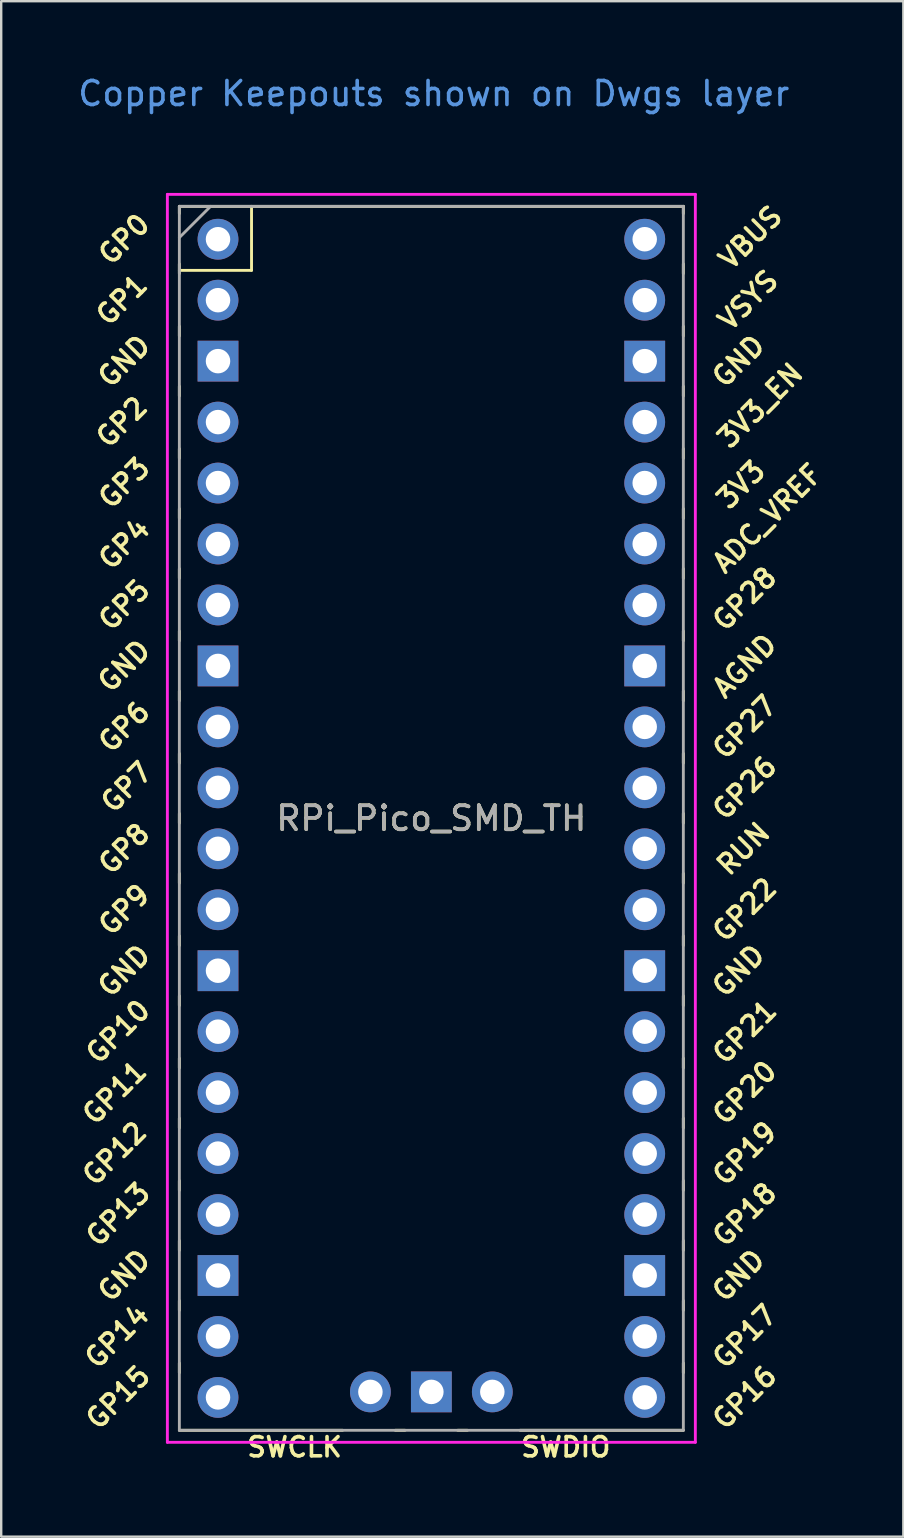
<source format=kicad_pcb>
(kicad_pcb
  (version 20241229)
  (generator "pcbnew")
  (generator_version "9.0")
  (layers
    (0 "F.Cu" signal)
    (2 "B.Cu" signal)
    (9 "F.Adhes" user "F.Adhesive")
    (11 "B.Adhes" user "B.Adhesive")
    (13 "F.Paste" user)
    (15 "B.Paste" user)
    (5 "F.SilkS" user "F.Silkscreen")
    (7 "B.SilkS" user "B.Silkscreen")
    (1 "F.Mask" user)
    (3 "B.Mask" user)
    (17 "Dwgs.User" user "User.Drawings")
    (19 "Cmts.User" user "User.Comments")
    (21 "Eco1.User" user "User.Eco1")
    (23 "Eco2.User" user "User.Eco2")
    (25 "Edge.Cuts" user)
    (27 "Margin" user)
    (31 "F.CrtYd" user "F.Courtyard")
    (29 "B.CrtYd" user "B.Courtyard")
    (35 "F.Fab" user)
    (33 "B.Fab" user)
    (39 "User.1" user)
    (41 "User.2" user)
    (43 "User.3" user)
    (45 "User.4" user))
  (footprint "RPi_Pico_SMD_TH"
    (layer "F.Cu")
    (at 14.924 31.048)
    (property "Reference" "RPi_Pico_SMD_TH" (at 0 0 0) (layer "F.SilkS") (effects (font (size 1 1) (thickness 0.15))))
    (attr through_hole)
    (fp_line (start -10.5 -25.5) (end -10.5 -25.2) (stroke (width 0.12) (type solid)) (layer "F.SilkS"))
    (fp_line (start -10.5 -25.5) (end 10.5 -25.5) (stroke (width 0.12) (type solid)) (layer "F.SilkS"))
    (fp_line (start -10.5 -23.1) (end -10.5 -22.7) (stroke (width 0.12) (type solid)) (layer "F.SilkS"))
    (fp_line (start -10.5 -22.833) (end -7.493 -22.833) (stroke (width 0.12) (type solid)) (layer "F.SilkS"))
    (fp_line (start -10.5 -20.5) (end -10.5 -20.1) (stroke (width 0.12) (type solid)) (layer "F.SilkS"))
    (fp_line (start -10.5 -18) (end -10.5 -17.6) (stroke (width 0.12) (type solid)) (layer "F.SilkS"))
    (fp_line (start -10.5 -15.4) (end -10.5 -15) (stroke (width 0.12) (type solid)) (layer "F.SilkS"))
    (fp_line (start -10.5 -12.9) (end -10.5 -12.5) (stroke (width 0.12) (type solid)) (layer "F.SilkS"))
    (fp_line (start -10.5 -10.4) (end -10.5 -10) (stroke (width 0.12) (type solid)) (layer "F.SilkS"))
    (fp_line (start -10.5 -7.8) (end -10.5 -7.4) (stroke (width 0.12) (type solid)) (layer "F.SilkS"))
    (fp_line (start -10.5 -5.3) (end -10.5 -4.9) (stroke (width 0.12) (type solid)) (layer "F.SilkS"))
    (fp_line (start -10.5 -2.7) (end -10.5 -2.3) (stroke (width 0.12) (type solid)) (layer "F.SilkS"))
    (fp_line (start -10.5 -0.2) (end -10.5 0.2) (stroke (width 0.12) (type solid)) (layer "F.SilkS"))
    (fp_line (start -10.5 2.3) (end -10.5 2.7) (stroke (width 0.12) (type solid)) (layer "F.SilkS"))
    (fp_line (start -10.5 4.9) (end -10.5 5.3) (stroke (width 0.12) (type solid)) (layer "F.SilkS"))
    (fp_line (start -10.5 7.4) (end -10.5 7.8) (stroke (width 0.12) (type solid)) (layer "F.SilkS"))
    (fp_line (start -10.5 10) (end -10.5 10.4) (stroke (width 0.12) (type solid)) (layer "F.SilkS"))
    (fp_line (start -10.5 12.5) (end -10.5 12.9) (stroke (width 0.12) (type solid)) (layer "F.SilkS"))
    (fp_line (start -10.5 15.1) (end -10.5 15.5) (stroke (width 0.12) (type solid)) (layer "F.SilkS"))
    (fp_line (start -10.5 17.6) (end -10.5 18) (stroke (width 0.12) (type solid)) (layer "F.SilkS"))
    (fp_line (start -10.5 20.1) (end -10.5 20.5) (stroke (width 0.12) (type solid)) (layer "F.SilkS"))
    (fp_line (start -10.5 22.7) (end -10.5 23.1) (stroke (width 0.12) (type solid)) (layer "F.SilkS"))
    (fp_line (start -7.493 -22.833) (end -7.493 -25.5) (stroke (width 0.12) (type solid)) (layer "F.SilkS"))
    (fp_line (start -3.7 25.5) (end -10.5 25.5) (stroke (width 0.12) (type solid)) (layer "F.SilkS"))
    (fp_line (start -1.5 25.5) (end -1.1 25.5) (stroke (width 0.12) (type solid)) (layer "F.SilkS"))
    (fp_line (start 1.1 25.5) (end 1.5 25.5) (stroke (width 0.12) (type solid)) (layer "F.SilkS"))
    (fp_line (start 10.5 -25.5) (end 10.5 -25.2) (stroke (width 0.12) (type solid)) (layer "F.SilkS"))
    (fp_line (start 10.5 -23.1) (end 10.5 -22.7) (stroke (width 0.12) (type solid)) (layer "F.SilkS"))
    (fp_line (start 10.5 -20.5) (end 10.5 -20.1) (stroke (width 0.12) (type solid)) (layer "F.SilkS"))
    (fp_line (start 10.5 -18) (end 10.5 -17.6) (stroke (width 0.12) (type solid)) (layer "F.SilkS"))
    (fp_line (start 10.5 -15.4) (end 10.5 -15) (stroke (width 0.12) (type solid)) (layer "F.SilkS"))
    (fp_line (start 10.5 -12.9) (end 10.5 -12.5) (stroke (width 0.12) (type solid)) (layer "F.SilkS"))
    (fp_line (start 10.5 -10.4) (end 10.5 -10) (stroke (width 0.12) (type solid)) (layer "F.SilkS"))
    (fp_line (start 10.5 -7.8) (end 10.5 -7.4) (stroke (width 0.12) (type solid)) (layer "F.SilkS"))
    (fp_line (start 10.5 -5.3) (end 10.5 -4.9) (stroke (width 0.12) (type solid)) (layer "F.SilkS"))
    (fp_line (start 10.5 -2.7) (end 10.5 -2.3) (stroke (width 0.12) (type solid)) (layer "F.SilkS"))
    (fp_line (start 10.5 -0.2) (end 10.5 0.2) (stroke (width 0.12) (type solid)) (layer "F.SilkS"))
    (fp_line (start 10.5 2.3) (end 10.5 2.7) (stroke (width 0.12) (type solid)) (layer "F.SilkS"))
    (fp_line (start 10.5 4.9) (end 10.5 5.3) (stroke (width 0.12) (type solid)) (layer "F.SilkS"))
    (fp_line (start 10.5 7.4) (end 10.5 7.8) (stroke (width 0.12) (type solid)) (layer "F.SilkS"))
    (fp_line (start 10.5 10) (end 10.5 10.4) (stroke (width 0.12) (type solid)) (layer "F.SilkS"))
    (fp_line (start 10.5 12.5) (end 10.5 12.9) (stroke (width 0.12) (type solid)) (layer "F.SilkS"))
    (fp_line (start 10.5 15.1) (end 10.5 15.5) (stroke (width 0.12) (type solid)) (layer "F.SilkS"))
    (fp_line (start 10.5 17.6) (end 10.5 18) (stroke (width 0.12) (type solid)) (layer "F.SilkS"))
    (fp_line (start 10.5 20.1) (end 10.5 20.5) (stroke (width 0.12) (type solid)) (layer "F.SilkS"))
    (fp_line (start 10.5 22.7) (end 10.5 23.1) (stroke (width 0.12) (type solid)) (layer "F.SilkS"))
    (fp_line (start 10.5 25.5) (end 3.7 25.5) (stroke (width 0.12) (type solid)) (layer "F.SilkS"))
    (fp_line (start -11 -26) (end 11 -26) (stroke (width 0.12) (type solid)) (layer "F.CrtYd"))
    (fp_line (start -11 26) (end -11 -26) (stroke (width 0.12) (type solid)) (layer "F.CrtYd"))
    (fp_line (start 11 -26) (end 11 26) (stroke (width 0.12) (type solid)) (layer "F.CrtYd"))
    (fp_line (start 11 26) (end -11 26) (stroke (width 0.12) (type solid)) (layer "F.CrtYd"))
    (fp_line (start -10.5 -25.5) (end 10.5 -25.5) (stroke (width 0.12) (type solid)) (layer "F.Fab"))
    (fp_line (start -10.5 -24.2) (end -9.2 -25.5) (stroke (width 0.12) (type solid)) (layer "F.Fab"))
    (fp_line (start -10.5 25.5) (end -10.5 -25.5) (stroke (width 0.12) (type solid)) (layer "F.Fab"))
    (fp_line (start 10.5 -25.5) (end 10.5 25.5) (stroke (width 0.12) (type solid)) (layer "F.Fab"))
    (fp_line (start 10.5 25.5) (end -10.5 25.5) (stroke (width 0.12) (type solid)) (layer "F.Fab"))
    (fp_text user "GP17" (at 13.054 21.59 45) (layer "F.SilkS") (effects (font (size 0.8 0.8) (thickness 0.15))))
    (fp_text user "GP2" (at -12.9 -16.51 45) (layer "F.SilkS") (effects (font (size 0.8 0.8) (thickness 0.15))))
    (fp_text user "GP0" (at -12.8 -24.13 45) (layer "F.SilkS") (effects (font (size 0.8 0.8) (thickness 0.15))))
    (fp_text user "GP10" (at -13.054 8.89 45) (layer "F.SilkS") (effects (font (size 0.8 0.8) (thickness 0.15))))
    (fp_text user "GP19" (at 13.054 13.97 45) (layer "F.SilkS") (effects (font (size 0.8 0.8) (thickness 0.15))))
    (fp_text user "GND" (at -12.8 19.05 45) (layer "F.SilkS") (effects (font (size 0.8 0.8) (thickness 0.15))))
    (fp_text user "GP3" (at -12.8 -13.97 45) (layer "F.SilkS") (effects (font (size 0.8 0.8) (thickness 0.15))))
    (fp_text user "GND" (at -12.8 6.35 45) (layer "F.SilkS") (effects (font (size 0.8 0.8) (thickness 0.15))))
    (fp_text user "GP21" (at 13.054 8.9 45) (layer "F.SilkS") (effects (font (size 0.8 0.8) (thickness 0.15))))
    (fp_text user "SWDIO" (at 5.6 26.2 0) (layer "F.SilkS") (effects (font (size 0.8 0.8) (thickness 0.15))))
    (fp_text user "GP16" (at 13.054 24.13 45) (layer "F.SilkS") (effects (font (size 0.8 0.8) (thickness 0.15))))
    (fp_text user "GP12" (at -13.2 13.97 45) (layer "F.SilkS") (effects (font (size 0.8 0.8) (thickness 0.15))))
    (fp_text user "GP27" (at 13.054 -3.8 45) (layer "F.SilkS") (effects (font (size 0.8 0.8) (thickness 0.15))))
    (fp_text user "GP20" (at 13.054 11.43 45) (layer "F.SilkS") (effects (font (size 0.8 0.8) (thickness 0.15))))
    (fp_text user "SWCLK" (at -5.7 26.2 0) (layer "F.SilkS") (effects (font (size 0.8 0.8) (thickness 0.15))))
    (fp_text user "3V3_EN" (at 13.7 -17.2 45) (layer "F.SilkS") (effects (font (size 0.8 0.8) (thickness 0.15))))
    (fp_text user "GND" (at 12.8 19.05 45) (layer "F.SilkS") (effects (font (size 0.8 0.8) (thickness 0.15))))
    (fp_text user "GP15" (at -13.054 24.13 45) (layer "F.SilkS") (effects (font (size 0.8 0.8) (thickness 0.15))))
    (fp_text user "3V3" (at 12.9 -13.9 45) (layer "F.SilkS") (effects (font (size 0.8 0.8) (thickness 0.15))))
    (fp_text user "GND" (at 12.8 6.35 45) (layer "F.SilkS") (effects (font (size 0.8 0.8) (thickness 0.15))))
    (fp_text user "GP8" (at -12.8 1.27 45) (layer "F.SilkS") (effects (font (size 0.8 0.8) (thickness 0.15))))
    (fp_text user "GP26" (at 13.054 -1.27 45) (layer "F.SilkS") (effects (font (size 0.8 0.8) (thickness 0.15))))
    (fp_text user "GP11" (at -13.2 11.43 45) (layer "F.SilkS") (effects (font (size 0.8 0.8) (thickness 0.15))))
    (fp_text user "GP14" (at -13.1 21.59 45) (layer "F.SilkS") (effects (font (size 0.8 0.8) (thickness 0.15))))
    (fp_text user "AGND" (at 13.054 -6.35 45) (layer "F.SilkS") (effects (font (size 0.8 0.8) (thickness 0.15))))
    (fp_text user "VSYS" (at 13.2 -21.59 45) (layer "F.SilkS") (effects (font (size 0.8 0.8) (thickness 0.15))))
    (fp_text user "GP22" (at 13.054 3.81 45) (layer "F.SilkS") (effects (font (size 0.8 0.8) (thickness 0.15))))
    (fp_text user "GP28" (at 13.054 -9.144 45) (layer "F.SilkS") (effects (font (size 0.8 0.8) (thickness 0.15))))
    (fp_text user "GP1" (at -12.9 -21.6 45) (layer "F.SilkS") (effects (font (size 0.8 0.8) (thickness 0.15))))
    (fp_text user "GP5" (at -12.8 -8.89 45) (layer "F.SilkS") (effects (font (size 0.8 0.8) (thickness 0.15))))
    (fp_text user "GP7" (at -12.7 -1.3 45) (layer "F.SilkS") (effects (font (size 0.8 0.8) (thickness 0.15))))
    (fp_text user "GP4" (at -12.8 -11.43 45) (layer "F.SilkS") (effects (font (size 0.8 0.8) (thickness 0.15))))
    (fp_text user "VBUS" (at 13.3 -24.2 45) (layer "F.SilkS") (effects (font (size 0.8 0.8) (thickness 0.15))))
    (fp_text user "GP18" (at 13.054 16.51 45) (layer "F.SilkS") (effects (font (size 0.8 0.8) (thickness 0.15))))
    (fp_text user "GND" (at -12.8 -6.35 45) (layer "F.SilkS") (effects (font (size 0.8 0.8) (thickness 0.15))))
    (fp_text user "ADC_VREF" (at 14 -12.5 45) (layer "F.SilkS") (effects (font (size 0.8 0.8) (thickness 0.15))))
    (fp_text user "RUN" (at 13 1.27 45) (layer "F.SilkS") (effects (font (size 0.8 0.8) (thickness 0.15))))
    (fp_text user "GP9" (at -12.8 3.81 45) (layer "F.SilkS") (effects (font (size 0.8 0.8) (thickness 0.15))))
    (fp_text user "GND" (at 12.8 -19.05 45) (layer "F.SilkS") (effects (font (size 0.8 0.8) (thickness 0.15))))
    (fp_text user "GP13" (at -13.054 16.51 45) (layer "F.SilkS") (effects (font (size 0.8 0.8) (thickness 0.15))))
    (fp_text user "GP6" (at -12.8 -3.81 45) (layer "F.SilkS") (effects (font (size 0.8 0.8) (thickness 0.15))))
    (fp_text user "GND" (at -12.8 -19.05 45) (layer "F.SilkS") (effects (font (size 0.8 0.8) (thickness 0.15))))
    (fp_text user "Copper Keepouts shown on Dwgs layer" (at 0.1 -30.2 0) (layer "Cmts.User") (effects (font (size 1 1) (thickness 0.15))))
    (fp_text user "${REFERENCE}" (at 0 0 180) (layer "F.Fab") (effects (font (size 1 1) (thickness 0.15))))
    (pad "1" thru_hole oval (at -8.89 -24.13) (size 1.7 1.7) (drill 1.02) (layers "*.Cu" "*.Mask"))
    (pad "2" thru_hole oval (at -8.89 -21.59) (size 1.7 1.7) (drill 1.02) (layers "*.Cu" "*.Mask"))
    (pad "3" thru_hole rect (at -8.89 -19.05) (size 1.7 1.7) (drill 1.02) (layers "*.Cu" "*.Mask"))
    (pad "4" thru_hole oval (at -8.89 -16.51) (size 1.7 1.7) (drill 1.02) (layers "*.Cu" "*.Mask"))
    (pad "5" thru_hole oval (at -8.89 -13.97) (size 1.7 1.7) (drill 1.02) (layers "*.Cu" "*.Mask"))
    (pad "6" thru_hole oval (at -8.89 -11.43) (size 1.7 1.7) (drill 1.02) (layers "*.Cu" "*.Mask"))
    (pad "7" thru_hole oval (at -8.89 -8.89) (size 1.7 1.7) (drill 1.02) (layers "*.Cu" "*.Mask"))
    (pad "8" thru_hole rect (at -8.89 -6.35) (size 1.7 1.7) (drill 1.02) (layers "*.Cu" "*.Mask"))
    (pad "9" thru_hole oval (at -8.89 -3.81) (size 1.7 1.7) (drill 1.02) (layers "*.Cu" "*.Mask"))
    (pad "10" thru_hole oval (at -8.89 -1.27) (size 1.7 1.7) (drill 1.02) (layers "*.Cu" "*.Mask"))
    (pad "11" thru_hole oval (at -8.89 1.27) (size 1.7 1.7) (drill 1.02) (layers "*.Cu" "*.Mask"))
    (pad "12" thru_hole oval (at -8.89 3.81) (size 1.7 1.7) (drill 1.02) (layers "*.Cu" "*.Mask"))
    (pad "13" thru_hole rect (at -8.89 6.35) (size 1.7 1.7) (drill 1.02) (layers "*.Cu" "*.Mask"))
    (pad "14" thru_hole oval (at -8.89 8.89) (size 1.7 1.7) (drill 1.02) (layers "*.Cu" "*.Mask"))
    (pad "15" thru_hole oval (at -8.89 11.43) (size 1.7 1.7) (drill 1.02) (layers "*.Cu" "*.Mask"))
    (pad "16" thru_hole oval (at -8.89 13.97) (size 1.7 1.7) (drill 1.02) (layers "*.Cu" "*.Mask"))
    (pad "17" thru_hole oval (at -8.89 16.51) (size 1.7 1.7) (drill 1.02) (layers "*.Cu" "*.Mask"))
    (pad "18" thru_hole rect (at -8.89 19.05) (size 1.7 1.7) (drill 1.02) (layers "*.Cu" "*.Mask"))
    (pad "19" thru_hole oval (at -8.89 21.59) (size 1.7 1.7) (drill 1.02) (layers "*.Cu" "*.Mask"))
    (pad "20" thru_hole oval (at -8.89 24.13) (size 1.7 1.7) (drill 1.02) (layers "*.Cu" "*.Mask"))
    (pad "21" thru_hole oval (at 8.89 24.13) (size 1.7 1.7) (drill 1.02) (layers "*.Cu" "*.Mask"))
    (pad "22" thru_hole oval (at 8.89 21.59) (size 1.7 1.7) (drill 1.02) (layers "*.Cu" "*.Mask"))
    (pad "23" thru_hole rect (at 8.89 19.05) (size 1.7 1.7) (drill 1.02) (layers "*.Cu" "*.Mask"))
    (pad "24" thru_hole oval (at 8.89 16.51) (size 1.7 1.7) (drill 1.02) (layers "*.Cu" "*.Mask"))
    (pad "25" thru_hole oval (at 8.89 13.97) (size 1.7 1.7) (drill 1.02) (layers "*.Cu" "*.Mask"))
    (pad "26" thru_hole oval (at 8.89 11.43) (size 1.7 1.7) (drill 1.02) (layers "*.Cu" "*.Mask"))
    (pad "27" thru_hole oval (at 8.89 8.89) (size 1.7 1.7) (drill 1.02) (layers "*.Cu" "*.Mask"))
    (pad "28" thru_hole rect (at 8.89 6.35) (size 1.7 1.7) (drill 1.02) (layers "*.Cu" "*.Mask"))
    (pad "29" thru_hole oval (at 8.89 3.81) (size 1.7 1.7) (drill 1.02) (layers "*.Cu" "*.Mask"))
    (pad "30" thru_hole oval (at 8.89 1.27) (size 1.7 1.7) (drill 1.02) (layers "*.Cu" "*.Mask"))
    (pad "31" thru_hole oval (at 8.89 -1.27) (size 1.7 1.7) (drill 1.02) (layers "*.Cu" "*.Mask"))
    (pad "32" thru_hole oval (at 8.89 -3.81) (size 1.7 1.7) (drill 1.02) (layers "*.Cu" "*.Mask"))
    (pad "33" thru_hole rect (at 8.89 -6.35) (size 1.7 1.7) (drill 1.02) (layers "*.Cu" "*.Mask"))
    (pad "34" thru_hole oval (at 8.89 -8.89) (size 1.7 1.7) (drill 1.02) (layers "*.Cu" "*.Mask"))
    (pad "35" thru_hole oval (at 8.89 -11.43) (size 1.7 1.7) (drill 1.02) (layers "*.Cu" "*.Mask"))
    (pad "36" thru_hole oval (at 8.89 -13.97) (size 1.7 1.7) (drill 1.02) (layers "*.Cu" "*.Mask"))
    (pad "37" thru_hole oval (at 8.89 -16.51) (size 1.7 1.7) (drill 1.02) (layers "*.Cu" "*.Mask"))
    (pad "38" thru_hole rect (at 8.89 -19.05) (size 1.7 1.7) (drill 1.02) (layers "*.Cu" "*.Mask"))
    (pad "39" thru_hole oval (at 8.89 -21.59) (size 1.7 1.7) (drill 1.02) (layers "*.Cu" "*.Mask"))
    (pad "40" thru_hole oval (at 8.89 -24.13) (size 1.7 1.7) (drill 1.02) (layers "*.Cu" "*.Mask"))
    (pad "41" thru_hole oval (at -2.54 23.9) (size 1.7 1.7) (drill 1.02) (layers "*.Cu" "*.Mask"))
    (pad "42" thru_hole rect (at 0 23.9) (size 1.7 1.7) (drill 1.02) (layers "*.Cu" "*.Mask"))
    (pad "43" thru_hole oval (at 2.54 23.9) (size 1.7 1.7) (drill 1.02) (layers "*.Cu" "*.Mask")))
  (gr_rect
    (start -3 -3)
    (end 34.591 60.98)
    (stroke (width 0.1) (type default))
    (fill no)
    (layer "Edge.Cuts")))
</source>
